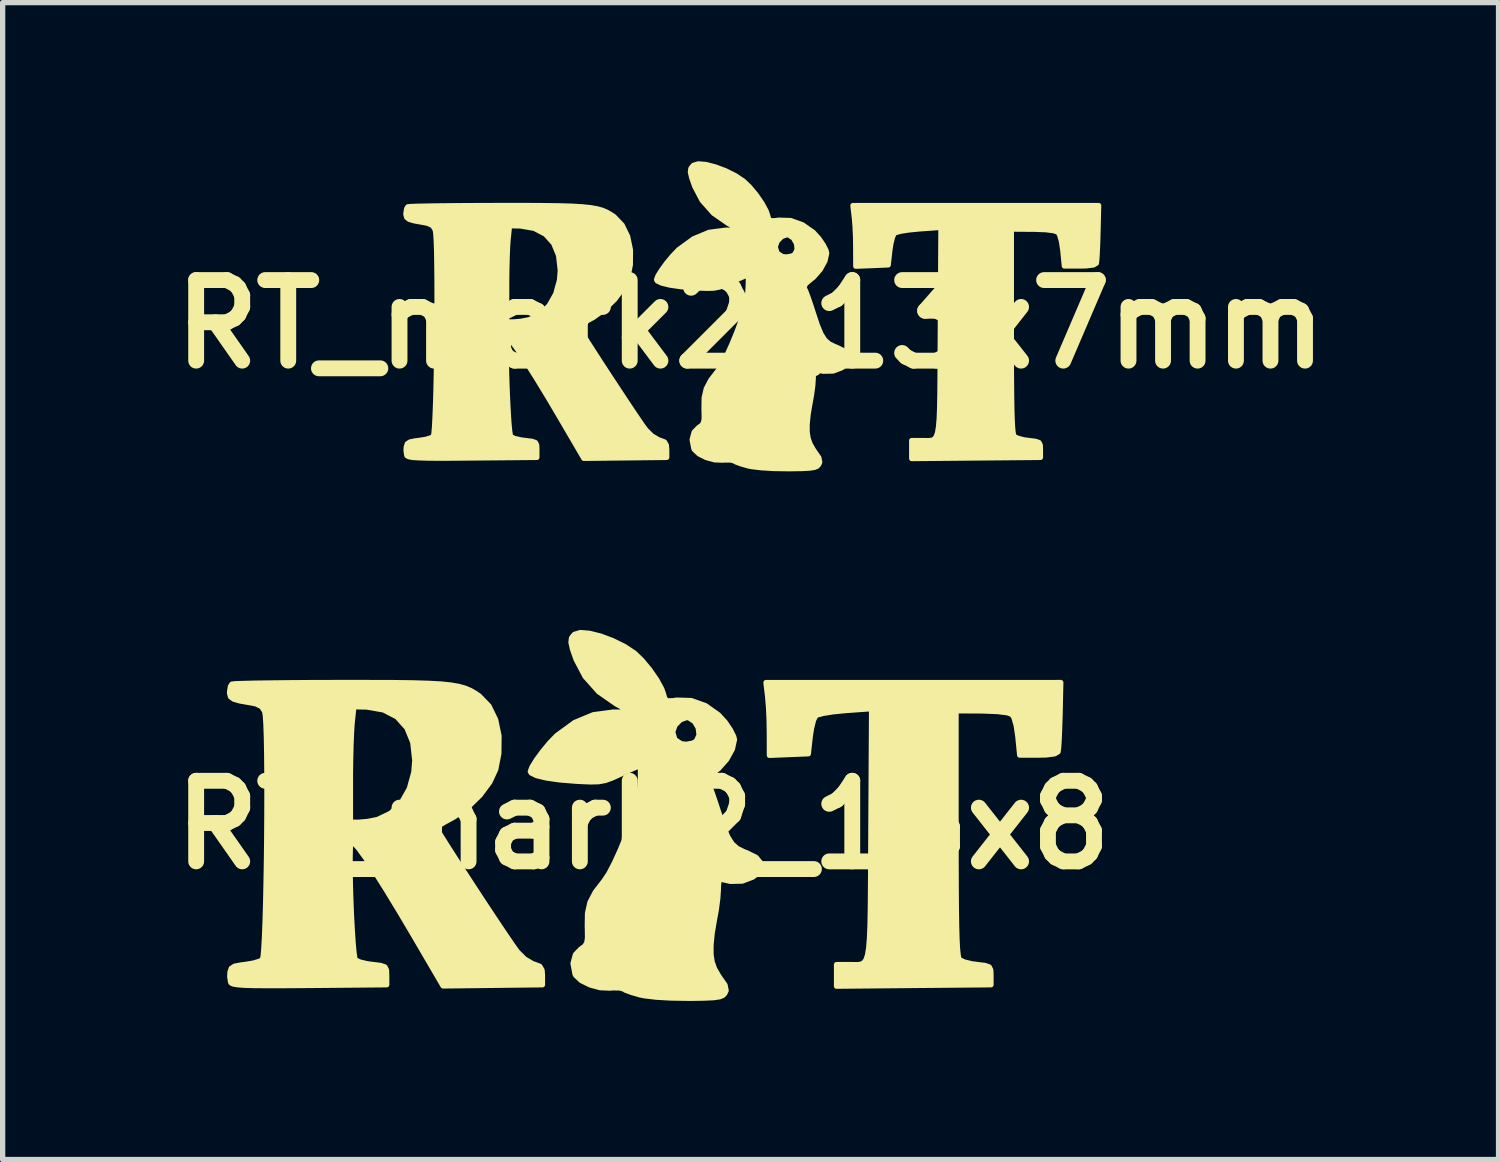
<source format=kicad_pcb>
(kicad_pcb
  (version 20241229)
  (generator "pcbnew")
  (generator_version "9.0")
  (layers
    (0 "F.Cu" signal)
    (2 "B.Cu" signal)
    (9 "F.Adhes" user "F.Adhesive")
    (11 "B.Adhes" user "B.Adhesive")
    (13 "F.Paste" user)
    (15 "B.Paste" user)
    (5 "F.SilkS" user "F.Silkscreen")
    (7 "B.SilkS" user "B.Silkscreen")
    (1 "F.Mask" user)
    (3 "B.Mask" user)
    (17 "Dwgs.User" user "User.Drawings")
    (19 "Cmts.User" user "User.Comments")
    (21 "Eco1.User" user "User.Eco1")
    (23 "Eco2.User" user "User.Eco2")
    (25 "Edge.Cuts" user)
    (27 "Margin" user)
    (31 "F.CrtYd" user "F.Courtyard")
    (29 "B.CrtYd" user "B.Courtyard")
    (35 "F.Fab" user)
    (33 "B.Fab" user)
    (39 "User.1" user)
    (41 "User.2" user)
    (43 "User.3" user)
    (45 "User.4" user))
  (footprint "RT_mark2_16x8"
    (layer "F.Cu")
    (at 9.115 12.553)
    (property "Reference" "RT_mark2_16x8" (at 0 0 0) (layer "F.SilkS") (effects (font (size 1.524 1.524) (thickness 0.3))))
    (attr through_hole)
    (fp_poly (pts (xy 7.899 -2.693) (xy 7.885 -2.07) (xy 7.877 -1.825) (xy 7.868 -1.614) (xy 7.858 -1.46) (xy 7.848 -1.385) (xy 7.848 -1.384) (xy 7.783 -1.345) (xy 7.621 -1.324) (xy 7.474 -1.321) (xy 7.122 -1.321) (xy 7.087 -1.674) (xy 7.056 -1.883) (xy 7.013 -2.032) (xy 6.976 -2.09) (xy 6.882 -2.123) (xy 6.699 -2.145) (xy 6.441 -2.155) (xy 6.41 -2.156) (xy 5.918 -2.159) (xy 5.918 0.163) (xy 5.919 0.736) (xy 5.921 1.215) (xy 5.924 1.608) (xy 5.929 1.921) (xy 5.936 2.162) (xy 5.945 2.338) (xy 5.957 2.457) (xy 5.971 2.526) (xy 5.983 2.549) (xy 6.068 2.591) (xy 6.215 2.627) (xy 6.313 2.64) (xy 6.467 2.659) (xy 6.546 2.687) (xy 6.575 2.745) (xy 6.579 2.845) (xy 6.579 3.023) (xy 5.118 3.036) (xy 3.658 3.05) (xy 3.658 2.846) (xy 3.658 2.642) (xy 3.899 2.641) (xy 3.989 2.643) (xy 4.064 2.643) (xy 4.126 2.633) (xy 4.176 2.605) (xy 4.215 2.551) (xy 4.244 2.462) (xy 4.266 2.329) (xy 4.281 2.145) (xy 4.291 1.901) (xy 4.297 1.588) (xy 4.301 1.199) (xy 4.304 0.725) (xy 4.307 0.173) (xy 4.321 -2.199) (xy 3.824 -2.163) (xy 3.592 -2.14) (xy 3.405 -2.11) (xy 3.287 -2.078) (xy 3.262 -2.063) (xy 3.222 -1.981) (xy 3.185 -1.832) (xy 3.16 -1.672) (xy 3.124 -1.346) (xy 2.756 -1.331) (xy 2.388 -1.316) (xy 2.387 -1.738) (xy 2.383 -1.978) (xy 2.372 -2.218) (xy 2.356 -2.411) (xy 2.355 -2.426) (xy 2.323 -2.692) (xy 5.111 -2.692) (xy 7.899 -2.693)) (stroke (width 0.1) (type solid)) (fill yes) (layer "F.SilkS"))
    (fp_poly (pts (xy -1.905 3.023) (xy -2.845 3.034) (xy -3.785 3.045) (xy -4.293 2.176) (xy -4.319 2.131) (xy -4.319 -1.221) (xy -4.357 -1.562) (xy -4.47 -1.837) (xy -4.655 -2.043) (xy -4.909 -2.175) (xy -5.226 -2.23) (xy -5.263 -2.231) (xy -5.472 -2.235) (xy -5.505 -1.923) (xy -5.516 -1.758) (xy -5.526 -1.52) (xy -5.533 -1.236) (xy -5.537 -0.934) (xy -5.537 -0.831) (xy -5.537 -0.051) (xy -5.372 -0.051) (xy -5.206 -0.066) (xy -5.029 -0.101) (xy -5.019 -0.104) (xy -4.774 -0.222) (xy -4.572 -0.421) (xy -4.423 -0.684) (xy -4.337 -0.996) (xy -4.319 -1.221) (xy -4.319 2.131) (xy -4.589 1.675) (xy -4.848 1.248) (xy -5.068 0.898) (xy -5.247 0.628) (xy -5.384 0.44) (xy -5.476 0.337) (xy -5.523 0.32) (xy -5.528 0.33) (xy -5.539 0.437) (xy -5.543 0.619) (xy -5.543 0.856) (xy -5.538 1.131) (xy -5.529 1.424) (xy -5.517 1.718) (xy -5.502 1.994) (xy -5.486 2.234) (xy -5.469 2.419) (xy -5.452 2.53) (xy -5.443 2.553) (xy -5.36 2.593) (xy -5.215 2.627) (xy -5.117 2.64) (xy -4.963 2.659) (xy -4.884 2.687) (xy -4.855 2.745) (xy -4.851 2.845) (xy -4.851 3.023) (xy -6.313 3.036) (xy -6.745 3.039) (xy -7.086 3.04) (xy -7.347 3.038) (xy -7.537 3.033) (xy -7.667 3.023) (xy -7.748 3.01) (xy -7.791 2.992) (xy -7.803 2.976) (xy -7.819 2.869) (xy -7.815 2.785) (xy -7.791 2.714) (xy -7.728 2.672) (xy -7.6 2.648) (xy -7.532 2.64) (xy -7.368 2.613) (xy -7.242 2.574) (xy -7.202 2.549) (xy -7.187 2.485) (xy -7.174 2.332) (xy -7.161 2.102) (xy -7.15 1.809) (xy -7.14 1.464) (xy -7.132 1.08) (xy -7.125 0.669) (xy -7.12 0.245) (xy -7.117 -0.181) (xy -7.116 -0.595) (xy -7.117 -0.986) (xy -7.12 -1.341) (xy -7.126 -1.647) (xy -7.134 -1.892) (xy -7.145 -2.063) (xy -7.158 -2.147) (xy -7.217 -2.238) (xy -7.324 -2.29) (xy -7.426 -2.31) (xy -7.626 -2.345) (xy -7.745 -2.379) (xy -7.804 -2.423) (xy -7.822 -2.487) (xy -7.823 -2.515) (xy -7.806 -2.62) (xy -7.778 -2.663) (xy -7.719 -2.67) (xy -7.569 -2.675) (xy -7.341 -2.681) (xy -7.044 -2.685) (xy -6.69 -2.689) (xy -6.29 -2.692) (xy -5.856 -2.693) (xy -5.733 -2.693) (xy -5.189 -2.693) (xy -4.737 -2.692) (xy -4.365 -2.687) (xy -4.064 -2.678) (xy -3.824 -2.665) (xy -3.634 -2.645) (xy -3.485 -2.619) (xy -3.365 -2.585) (xy -3.264 -2.542) (xy -3.173 -2.489) (xy -3.101 -2.44) (xy -2.917 -2.25) (xy -2.791 -1.992) (xy -2.727 -1.686) (xy -2.73 -1.351) (xy -2.789 -1.05) (xy -2.899 -0.812) (xy -3.081 -0.566) (xy -3.313 -0.338) (xy -3.572 -0.154) (xy -3.631 -0.121) (xy -3.777 -0.041) (xy -3.879 0.023) (xy -3.911 0.054) (xy -3.885 0.105) (xy -3.81 0.227) (xy -3.697 0.406) (xy -3.554 0.63) (xy -3.389 0.885) (xy -3.212 1.157) (xy -3.032 1.432) (xy -2.856 1.698) (xy -2.694 1.941) (xy -2.555 2.147) (xy -2.447 2.304) (xy -2.38 2.397) (xy -2.378 2.4) (xy -2.241 2.536) (xy -2.095 2.623) (xy -2.066 2.632) (xy -1.955 2.674) (xy -1.912 2.748) (xy -1.905 2.848) (xy -1.905 3.023)) (stroke (width 0.1) (type solid)) (fill yes) (layer "F.SilkS"))
    (fp_poly (pts (xy 2.224 0.722) (xy 2.215 0.84) (xy 2.106 0.962) (xy 2.067 0.989) (xy 1.873 1.062) (xy 1.648 1.067) (xy 1.537 1.041) (xy 1.466 1.027) (xy 1.433 1.059) (xy 1.423 1.161) (xy 1.422 1.226) (xy 1.411 1.389) (xy 1.383 1.605) (xy 1.342 1.826) (xy 1.342 1.829) (xy 1.304 2.053) (xy 1.283 2.276) (xy 1.283 2.448) (xy 1.283 2.448) (xy 1.305 2.594) (xy 1.351 2.723) (xy 1.436 2.869) (xy 1.549 3.03) (xy 1.569 3.133) (xy 1.544 3.188) (xy 1.508 3.225) (xy 1.444 3.251) (xy 1.334 3.267) (xy 1.162 3.275) (xy 1.058 3.277) (xy 1.058 -1.699) (xy 1.042 -1.835) (xy 0.972 -1.956) (xy 0.865 -2.026) (xy 0.822 -2.032) (xy 0.704 -1.989) (xy 0.603 -1.885) (xy 0.559 -1.761) (xy 0.559 -1.755) (xy 0.6 -1.614) (xy 0.717 -1.536) (xy 0.813 -1.524) (xy 0.937 -1.546) (xy 1.006 -1.585) (xy 1.058 -1.699) (xy 1.058 3.277) (xy 0.909 3.279) (xy 0.846 3.279) (xy 0.53 3.274) (xy 0.247 3.258) (xy 0.023 3.231) (xy -0.062 3.214) (xy -0.219 3.168) (xy -0.335 3.125) (xy -0.371 3.103) (xy -0.444 3.083) (xy -0.576 3.081) (xy -0.63 3.086) (xy -0.813 3.078) (xy -1.004 3.026) (xy -1.17 2.944) (xy -1.276 2.844) (xy -1.289 2.817) (xy -1.326 2.619) (xy -1.28 2.451) (xy -1.181 2.349) (xy -1.107 2.295) (xy -1.066 2.233) (xy -1.052 2.135) (xy -1.054 1.97) (xy -1.056 1.92) (xy -1.052 1.669) (xy -1.006 1.465) (xy -0.904 1.27) (xy -0.736 1.052) (xy -0.65 0.922) (xy -0.544 0.719) (xy -0.429 0.466) (xy -0.314 0.186) (xy -0.209 -0.096) (xy -0.126 -0.357) (xy -0.105 -0.432) (xy -0.08 -0.565) (xy -0.061 -0.729) (xy -0.051 -0.894) (xy -0.051 -1.031) (xy -0.062 -1.109) (xy -0.07 -1.118) (xy -0.123 -1.098) (xy -0.242 -1.045) (xy -0.405 -0.97) (xy -0.432 -0.958) (xy -0.591 -0.886) (xy -0.717 -0.841) (xy -0.84 -0.818) (xy -0.992 -0.814) (xy -1.204 -0.823) (xy -1.288 -0.828) (xy -1.588 -0.853) (xy -1.836 -0.889) (xy -2.016 -0.933) (xy -2.117 -0.982) (xy -2.134 -1.011) (xy -2.102 -1.096) (xy -2.019 -1.23) (xy -1.903 -1.388) (xy -1.773 -1.546) (xy -1.646 -1.678) (xy -1.629 -1.694) (xy -1.294 -1.938) (xy -0.941 -2.084) (xy -0.563 -2.134) (xy -0.559 -2.134) (xy -0.229 -2.135) (xy -0.508 -2.287) (xy -0.84 -2.518) (xy -1.099 -2.809) (xy -1.268 -3.13) (xy -1.337 -3.326) (xy -1.365 -3.453) (xy -1.355 -3.536) (xy -1.307 -3.597) (xy -1.296 -3.606) (xy -1.187 -3.638) (xy -1.016 -3.624) (xy -0.804 -3.571) (xy -0.576 -3.485) (xy -0.355 -3.376) (xy -0.164 -3.25) (xy -0.023 -3.114) (xy 0.126 -2.935) (xy 0.258 -2.743) (xy 0.352 -2.57) (xy 0.382 -2.485) (xy 0.409 -2.388) (xy 0.456 -2.347) (xy 0.553 -2.348) (xy 0.637 -2.36) (xy 0.908 -2.352) (xy 1.178 -2.256) (xy 1.422 -2.084) (xy 1.553 -1.941) (xy 1.65 -1.797) (xy 1.713 -1.671) (xy 1.727 -1.613) (xy 1.687 -1.434) (xy 1.58 -1.24) (xy 1.429 -1.069) (xy 1.367 -1.019) (xy 1.249 -0.919) (xy 1.212 -0.847) (xy 1.224 -0.809) (xy 1.259 -0.732) (xy 1.314 -0.582) (xy 1.381 -0.384) (xy 1.427 -0.243) (xy 1.518 0.033) (xy 1.6 0.227) (xy 1.683 0.359) (xy 1.781 0.446) (xy 1.907 0.508) (xy 1.953 0.524) (xy 2.136 0.614) (xy 2.224 0.722)) (stroke (width 0.1) (type solid)) (fill yes) (layer "F.SilkS")))
  (footprint "RT_mark2_13x7mm"
    (layer "F.Cu")
    (at 11.147 3.082)
    (property "Reference" "RT_mark2_13x7mm" (at 0 0 0) (layer "F.SilkS") (effects (font (size 1.524 1.524) (thickness 0.3))))
    (attr through_hole)
    (fp_poly (pts (xy 6.583 -2.244) (xy 6.57 -1.725) (xy 6.564 -1.521) (xy 6.556 -1.345) (xy 6.548 -1.217) (xy 6.54 -1.154) (xy 6.54 -1.154) (xy 6.486 -1.121) (xy 6.351 -1.104) (xy 6.229 -1.101) (xy 5.935 -1.101) (xy 5.906 -1.395) (xy 5.88 -1.57) (xy 5.844 -1.694) (xy 5.813 -1.742) (xy 5.735 -1.769) (xy 5.583 -1.788) (xy 5.367 -1.796) (xy 5.341 -1.796) (xy 4.932 -1.799) (xy 4.932 0.135) (xy 4.932 0.613) (xy 4.934 1.013) (xy 4.937 1.34) (xy 4.941 1.601) (xy 4.947 1.801) (xy 4.955 1.948) (xy 4.964 2.047) (xy 4.976 2.105) (xy 4.986 2.124) (xy 5.057 2.159) (xy 5.179 2.189) (xy 5.261 2.2) (xy 5.39 2.216) (xy 5.455 2.239) (xy 5.479 2.287) (xy 5.482 2.371) (xy 5.482 2.519) (xy 4.265 2.53) (xy 3.048 2.541) (xy 3.048 2.371) (xy 3.048 2.201) (xy 3.249 2.201) (xy 3.324 2.202) (xy 3.387 2.202) (xy 3.438 2.194) (xy 3.48 2.171) (xy 3.512 2.126) (xy 3.537 2.051) (xy 3.555 1.941) (xy 3.568 1.788) (xy 3.576 1.584) (xy 3.581 1.324) (xy 3.584 0.999) (xy 3.586 0.604) (xy 3.589 0.144) (xy 3.601 -1.832) (xy 3.187 -1.802) (xy 2.993 -1.783) (xy 2.838 -1.759) (xy 2.739 -1.731) (xy 2.718 -1.719) (xy 2.685 -1.651) (xy 2.654 -1.527) (xy 2.633 -1.394) (xy 2.603 -1.122) (xy 2.297 -1.109) (xy 1.99 -1.097) (xy 1.989 -1.448) (xy 1.986 -1.648) (xy 1.977 -1.849) (xy 1.964 -2.009) (xy 1.962 -2.021) (xy 1.936 -2.244) (xy 4.259 -2.244) (xy 6.583 -2.244)) (stroke (width 0.1) (type solid)) (fill yes) (layer "F.SilkS"))
    (fp_poly (pts (xy -1.587 2.519) (xy -2.371 2.528) (xy -3.154 2.537) (xy -3.577 1.814) (xy -3.599 1.776) (xy -3.599 -1.018) (xy -3.631 -1.302) (xy -3.725 -1.531) (xy -3.879 -1.702) (xy -4.09 -1.813) (xy -4.355 -1.859) (xy -4.386 -1.859) (xy -4.56 -1.863) (xy -4.587 -1.602) (xy -4.597 -1.465) (xy -4.605 -1.267) (xy -4.611 -1.03) (xy -4.614 -0.778) (xy -4.614 -0.692) (xy -4.614 -0.042) (xy -4.477 -0.043) (xy -4.339 -0.055) (xy -4.19 -0.084) (xy -4.182 -0.086) (xy -3.978 -0.185) (xy -3.81 -0.351) (xy -3.686 -0.57) (xy -3.614 -0.83) (xy -3.599 -1.018) (xy -3.599 1.776) (xy -3.824 1.395) (xy -4.04 1.04) (xy -4.224 0.748) (xy -4.373 0.523) (xy -4.486 0.367) (xy -4.564 0.281) (xy -4.603 0.267) (xy -4.607 0.275) (xy -4.615 0.365) (xy -4.619 0.516) (xy -4.619 0.714) (xy -4.615 0.942) (xy -4.607 1.187) (xy -4.597 1.432) (xy -4.585 1.662) (xy -4.572 1.862) (xy -4.558 2.016) (xy -4.543 2.109) (xy -4.535 2.128) (xy -4.467 2.161) (xy -4.346 2.189) (xy -4.264 2.2) (xy -4.135 2.216) (xy -4.07 2.239) (xy -4.046 2.287) (xy -4.043 2.371) (xy -4.043 2.519) (xy -5.261 2.53) (xy -5.621 2.533) (xy -5.905 2.534) (xy -6.122 2.532) (xy -6.281 2.527) (xy -6.389 2.52) (xy -6.457 2.508) (xy -6.492 2.493) (xy -6.503 2.48) (xy -6.516 2.39) (xy -6.512 2.321) (xy -6.492 2.261) (xy -6.44 2.227) (xy -6.334 2.206) (xy -6.277 2.2) (xy -6.14 2.178) (xy -6.035 2.145) (xy -6.002 2.124) (xy -5.989 2.071) (xy -5.978 1.943) (xy -5.968 1.752) (xy -5.958 1.507) (xy -5.95 1.22) (xy -5.943 0.9) (xy -5.938 0.558) (xy -5.933 0.204) (xy -5.931 -0.151) (xy -5.93 -0.496) (xy -5.931 -0.822) (xy -5.934 -1.118) (xy -5.938 -1.373) (xy -5.945 -1.576) (xy -5.954 -1.719) (xy -5.965 -1.789) (xy -6.014 -1.865) (xy -6.104 -1.908) (xy -6.189 -1.925) (xy -6.355 -1.954) (xy -6.454 -1.982) (xy -6.503 -2.019) (xy -6.519 -2.072) (xy -6.519 -2.096) (xy -6.505 -2.183) (xy -6.482 -2.22) (xy -6.433 -2.225) (xy -6.308 -2.23) (xy -6.117 -2.234) (xy -5.87 -2.238) (xy -5.575 -2.241) (xy -5.242 -2.243) (xy -4.88 -2.244) (xy -4.778 -2.245) (xy -4.325 -2.245) (xy -3.947 -2.243) (xy -3.638 -2.239) (xy -3.387 -2.232) (xy -3.187 -2.22) (xy -3.029 -2.204) (xy -2.904 -2.182) (xy -2.804 -2.154) (xy -2.72 -2.118) (xy -2.644 -2.074) (xy -2.584 -2.034) (xy -2.431 -1.875) (xy -2.326 -1.66) (xy -2.273 -1.405) (xy -2.275 -1.126) (xy -2.324 -0.875) (xy -2.416 -0.676) (xy -2.568 -0.472) (xy -2.761 -0.282) (xy -2.976 -0.128) (xy -3.026 -0.101) (xy -3.148 -0.034) (xy -3.232 0.019) (xy -3.26 0.045) (xy -3.237 0.087) (xy -3.175 0.189) (xy -3.081 0.339) (xy -2.962 0.525) (xy -2.825 0.737) (xy -2.677 0.964) (xy -2.526 1.193) (xy -2.38 1.415) (xy -2.245 1.618) (xy -2.129 1.79) (xy -2.04 1.92) (xy -1.983 1.997) (xy -1.981 2) (xy -1.867 2.113) (xy -1.745 2.185) (xy -1.722 2.193) (xy -1.629 2.228) (xy -1.593 2.29) (xy -1.587 2.373) (xy -1.587 2.519)) (stroke (width 0.1) (type solid)) (fill yes) (layer "F.SilkS"))
    (fp_poly (pts (xy 1.853 0.602) (xy 1.846 0.7) (xy 1.755 0.801) (xy 1.722 0.824) (xy 1.561 0.885) (xy 1.373 0.889) (xy 1.281 0.868) (xy 1.222 0.856) (xy 1.194 0.883) (xy 1.186 0.968) (xy 1.185 1.022) (xy 1.176 1.158) (xy 1.152 1.337) (xy 1.119 1.522) (xy 1.118 1.524) (xy 1.087 1.711) (xy 1.069 1.896) (xy 1.069 2.04) (xy 1.069 2.04) (xy 1.088 2.161) (xy 1.126 2.269) (xy 1.197 2.391) (xy 1.291 2.525) (xy 1.307 2.611) (xy 1.286 2.656) (xy 1.256 2.688) (xy 1.203 2.709) (xy 1.112 2.722) (xy 0.968 2.73) (xy 0.882 2.731) (xy 0.882 -1.416) (xy 0.868 -1.529) (xy 0.81 -1.63) (xy 0.721 -1.688) (xy 0.685 -1.693) (xy 0.586 -1.657) (xy 0.503 -1.571) (xy 0.466 -1.467) (xy 0.466 -1.462) (xy 0.5 -1.345) (xy 0.597 -1.28) (xy 0.677 -1.27) (xy 0.781 -1.288) (xy 0.838 -1.321) (xy 0.882 -1.416) (xy 0.882 2.731) (xy 0.758 2.733) (xy 0.705 2.733) (xy 0.442 2.729) (xy 0.206 2.715) (xy 0.019 2.693) (xy -0.052 2.678) (xy -0.183 2.64) (xy -0.279 2.604) (xy -0.309 2.586) (xy -0.37 2.569) (xy -0.48 2.567) (xy -0.525 2.571) (xy -0.678 2.565) (xy -0.837 2.522) (xy -0.975 2.453) (xy -1.063 2.37) (xy -1.074 2.348) (xy -1.105 2.183) (xy -1.067 2.042) (xy -0.984 1.957) (xy -0.922 1.913) (xy -0.889 1.861) (xy -0.876 1.779) (xy -0.879 1.642) (xy -0.88 1.6) (xy -0.877 1.391) (xy -0.838 1.221) (xy -0.753 1.059) (xy -0.613 0.877) (xy -0.541 0.769) (xy -0.453 0.599) (xy -0.357 0.388) (xy -0.261 0.155) (xy -0.175 -0.08) (xy -0.105 -0.298) (xy -0.087 -0.36) (xy -0.066 -0.471) (xy -0.051 -0.607) (xy -0.043 -0.745) (xy -0.042 -0.859) (xy -0.052 -0.924) (xy -0.059 -0.931) (xy -0.102 -0.915) (xy -0.202 -0.871) (xy -0.338 -0.808) (xy -0.36 -0.798) (xy -0.493 -0.738) (xy -0.598 -0.701) (xy -0.7 -0.682) (xy -0.827 -0.679) (xy -1.003 -0.686) (xy -1.073 -0.69) (xy -1.324 -0.711) (xy -1.53 -0.741) (xy -1.68 -0.778) (xy -1.764 -0.818) (xy -1.778 -0.843) (xy -1.752 -0.913) (xy -1.682 -1.025) (xy -1.586 -1.157) (xy -1.477 -1.288) (xy -1.372 -1.398) (xy -1.357 -1.412) (xy -1.078 -1.615) (xy -0.784 -1.737) (xy -0.469 -1.778) (xy -0.466 -1.778) (xy -0.191 -1.78) (xy -0.423 -1.906) (xy -0.7 -2.098) (xy -0.916 -2.341) (xy -1.057 -2.609) (xy -1.114 -2.772) (xy -1.138 -2.878) (xy -1.129 -2.946) (xy -1.089 -2.997) (xy -1.08 -3.005) (xy -0.989 -3.032) (xy -0.846 -3.02) (xy -0.67 -2.975) (xy -0.48 -2.904) (xy -0.296 -2.813) (xy -0.137 -2.708) (xy -0.019 -2.595) (xy 0.105 -2.446) (xy 0.215 -2.286) (xy 0.293 -2.142) (xy 0.318 -2.07) (xy 0.341 -1.99) (xy 0.38 -1.956) (xy 0.461 -1.957) (xy 0.531 -1.967) (xy 0.757 -1.96) (xy 0.981 -1.88) (xy 1.185 -1.737) (xy 1.294 -1.617) (xy 1.375 -1.497) (xy 1.428 -1.392) (xy 1.439 -1.344) (xy 1.406 -1.195) (xy 1.317 -1.034) (xy 1.191 -0.89) (xy 1.139 -0.849) (xy 1.041 -0.766) (xy 1.01 -0.705) (xy 1.02 -0.674) (xy 1.049 -0.61) (xy 1.095 -0.485) (xy 1.151 -0.32) (xy 1.189 -0.202) (xy 1.265 0.027) (xy 1.333 0.189) (xy 1.403 0.299) (xy 1.485 0.372) (xy 1.589 0.423) (xy 1.627 0.437) (xy 1.78 0.512) (xy 1.853 0.602)) (stroke (width 0.1) (type solid)) (fill yes) (layer "F.SilkS")))
  (gr_rect
    (start -3 -3)
    (end 25.294 18.882)
    (stroke (width 0.1) (type default))
    (fill no)
    (layer "Edge.Cuts")))
</source>
